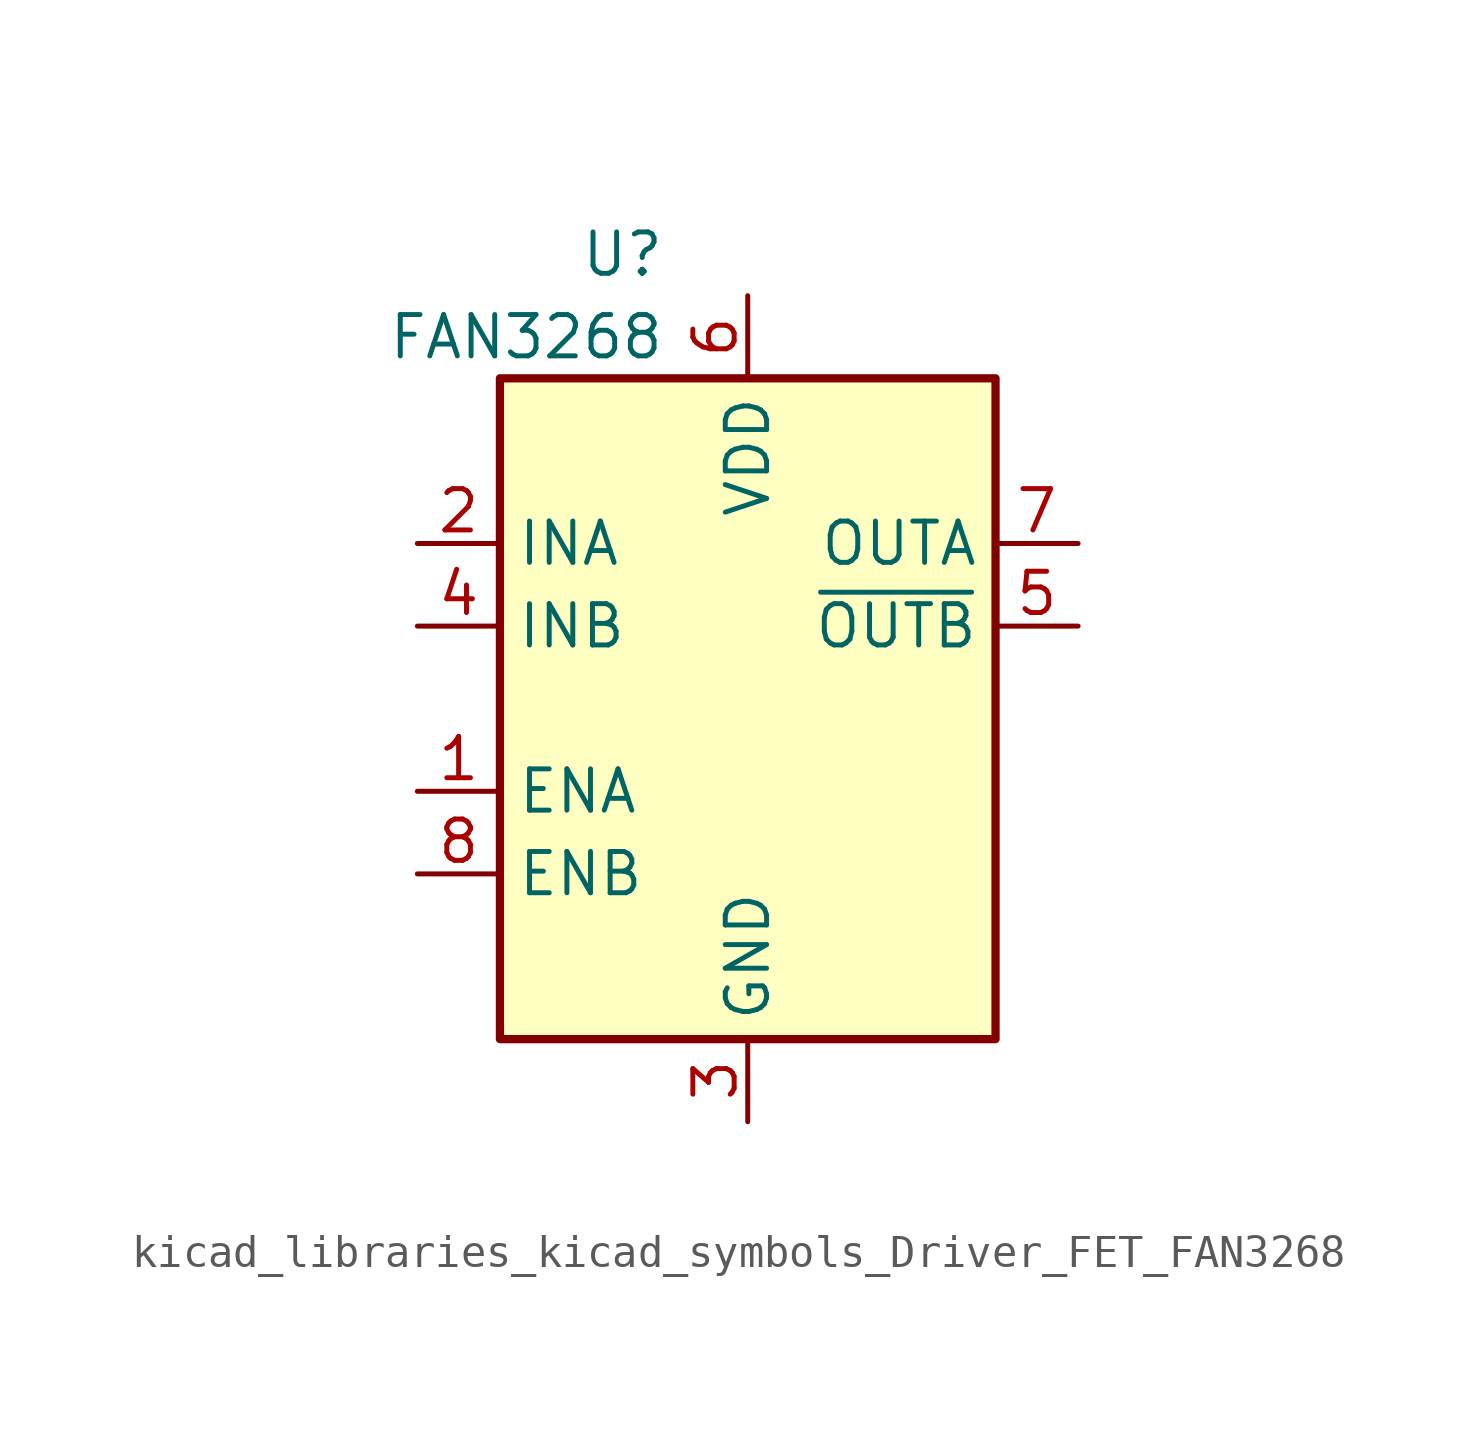
<source format=kicad_sym>
(kicad_symbol_lib
  (version 20220914)
  (generator kicad_symbol_editor)
  (symbol "kicad_libraries_kicad_symbols_Driver_FET_FAN3268"
    (property "Reference" "U"
      (at -2.54 13.97 0)
      (effects (font (size 1.27 1.27)) (justify right)))
    (property "Value" "FAN3268"
      (at -2.54 11.43 0)
      (effects (font (size 1.27 1.27)) (justify right)))
    (symbol "kicad_libraries_kicad_symbols_Driver_FET_FAN3268_0_1"
      (rectangle (start -7.62 10.16) (end 7.62 -10.16) (stroke (width 0.254) (type default)) (fill (type background))))
    (symbol "kicad_libraries_kicad_symbols_Driver_FET_FAN3268_1_1"
      (pin input line (at -10.16 -2.54 0) (length 2.54) (name "ENA" (effects (font (size 1.27 1.27)))) (number "1" (effects (font (size 1.27 1.27)))))
      (pin input line (at -10.16 5.08 0) (length 2.54) (name "INA" (effects (font (size 1.27 1.27)))) (number "2" (effects (font (size 1.27 1.27)))))
      (pin power_in line (at 0 -12.7 90) (length 2.54) (name "GND" (effects (font (size 1.27 1.27)))) (number "3" (effects (font (size 1.27 1.27)))))
      (pin input line (at -10.16 2.54 0) (length 2.54) (name "INB" (effects (font (size 1.27 1.27)))) (number "4" (effects (font (size 1.27 1.27)))))
      (pin output line (at 10.16 2.54 180) (length 2.54) (name "~{OUTB}" (effects (font (size 1.27 1.27)))) (number "5" (effects (font (size 1.27 1.27)))))
      (pin power_in line (at 0 12.7 270) (length 2.54) (name "VDD" (effects (font (size 1.27 1.27)))) (number "6" (effects (font (size 1.27 1.27)))))
      (pin output line (at 10.16 5.08 180) (length 2.54) (name "OUTA" (effects (font (size 1.27 1.27)))) (number "7" (effects (font (size 1.27 1.27)))))
      (pin input line (at -10.16 -5.08 0) (length 2.54) (name "ENB" (effects (font (size 1.27 1.27)))) (number "8" (effects (font (size 1.27 1.27))))))))
</source>
